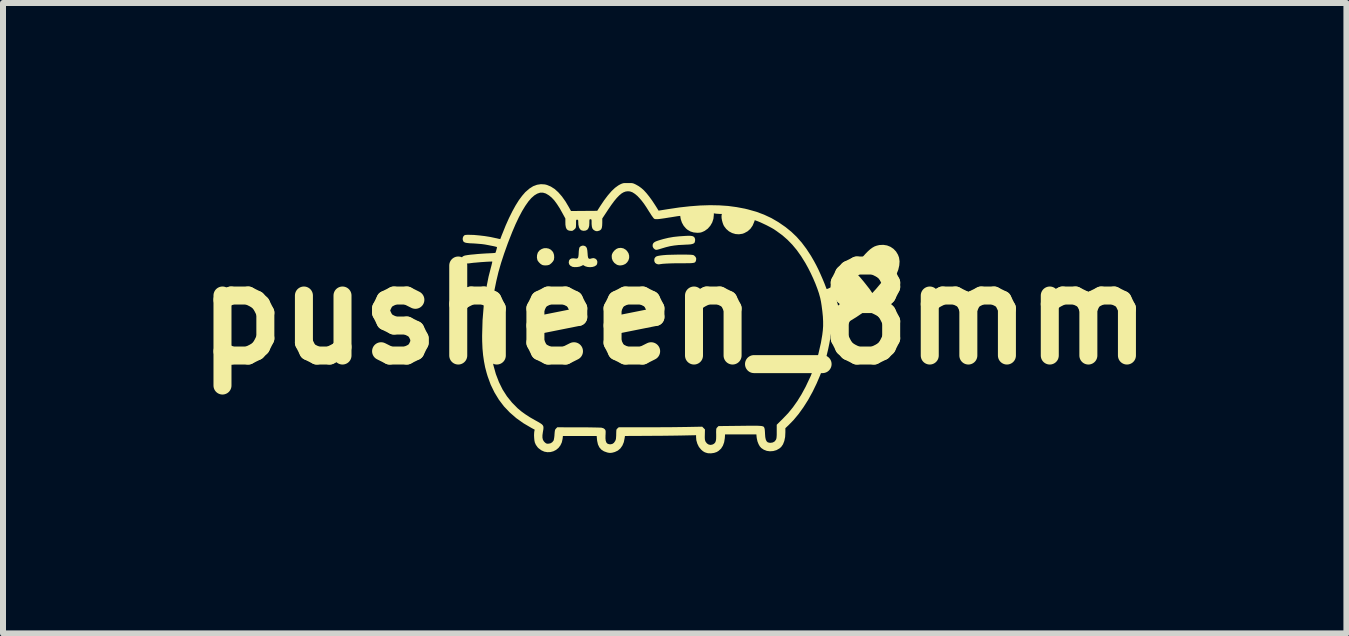
<source format=kicad_pcb>
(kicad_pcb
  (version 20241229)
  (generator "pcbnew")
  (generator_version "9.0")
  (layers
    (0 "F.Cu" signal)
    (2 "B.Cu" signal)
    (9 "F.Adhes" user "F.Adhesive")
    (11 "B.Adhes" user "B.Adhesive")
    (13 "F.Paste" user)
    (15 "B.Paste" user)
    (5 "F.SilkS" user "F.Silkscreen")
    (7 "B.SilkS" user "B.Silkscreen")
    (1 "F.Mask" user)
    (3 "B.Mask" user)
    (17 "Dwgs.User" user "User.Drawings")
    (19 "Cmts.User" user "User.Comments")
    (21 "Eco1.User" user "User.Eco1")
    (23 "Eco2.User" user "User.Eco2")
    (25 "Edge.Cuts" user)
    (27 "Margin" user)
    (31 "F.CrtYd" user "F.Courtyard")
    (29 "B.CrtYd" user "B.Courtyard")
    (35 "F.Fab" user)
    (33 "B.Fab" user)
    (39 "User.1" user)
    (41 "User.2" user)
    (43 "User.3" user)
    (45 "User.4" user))
  (footprint "pusheen_8mm"
    (layer "F.Cu")
    (at 8.193 2.196)
    (property "Reference" "pusheen_8mm" (at 0 0 0) (layer "F.SilkS") (effects (font (size 1.5 1.5) (thickness 0.3))))
    (attr board_only exclude_from_pos_files exclude_from_bom)
    (fp_poly (pts (xy -0.854 -1.107) (xy -0.815 -1.084) (xy -0.794 -1.063) (xy -0.77 -1.026) (xy -0.759 -0.986) (xy -0.759 -0.946) (xy -0.771 -0.908) (xy -0.793 -0.874) (xy -0.823 -0.847) (xy -0.862 -0.83) (xy -0.894 -0.824) (xy -0.926 -0.824) (xy -0.952 -0.83) (xy -0.969 -0.838) (xy -1.005 -0.864) (xy -1.032 -0.899) (xy -1.047 -0.939) (xy -1.05 -0.983) (xy -1.045 -1.01) (xy -1.029 -1.042) (xy -1.004 -1.072) (xy -0.973 -1.097) (xy -0.942 -1.111) (xy -0.897 -1.116)) (stroke (width 0) (type solid)) (fill yes) (layer "F.SilkS"))
    (fp_poly (pts (xy -2.098 -1.103) (xy -2.063 -1.084) (xy -2.035 -1.055) (xy -2.023 -1.036) (xy -2.011 -0.998) (xy -2.008 -0.957) (xy -2.013 -0.919) (xy -2.015 -0.913) (xy -2.03 -0.888) (xy -2.054 -0.861) (xy -2.08 -0.84) (xy -2.094 -0.832) (xy -2.125 -0.825) (xy -2.161 -0.823) (xy -2.195 -0.827) (xy -2.211 -0.833) (xy -2.236 -0.849) (xy -2.261 -0.873) (xy -2.281 -0.899) (xy -2.288 -0.913) (xy -2.296 -0.952) (xy -2.294 -0.995) (xy -2.282 -1.034) (xy -2.278 -1.042) (xy -2.251 -1.075) (xy -2.216 -1.097) (xy -2.178 -1.11) (xy -2.138 -1.111)) (stroke (width 0) (type solid)) (fill yes) (layer "F.SilkS"))
    (fp_poly (pts (xy 0.156 -1.003) (xy 0.204 -1.003) (xy 0.241 -1.002) (xy 0.269 -1.001) (xy 0.289 -0.999) (xy 0.303 -0.997) (xy 0.313 -0.994) (xy 0.32 -0.991) (xy 0.324 -0.988) (xy 0.349 -0.963) (xy 0.359 -0.935) (xy 0.355 -0.907) (xy 0.351 -0.894) (xy 0.345 -0.883) (xy 0.338 -0.875) (xy 0.326 -0.869) (xy 0.309 -0.865) (xy 0.284 -0.862) (xy 0.251 -0.86) (xy 0.207 -0.86) (xy 0.151 -0.859) (xy 0.105 -0.859) (xy 0.013 -0.859) (xy -0.069 -0.857) (xy -0.14 -0.854) (xy -0.199 -0.85) (xy -0.244 -0.844) (xy -0.263 -0.841) (xy -0.28 -0.842) (xy -0.3 -0.848) (xy -0.301 -0.848) (xy -0.326 -0.865) (xy -0.338 -0.889) (xy -0.341 -0.911) (xy -0.336 -0.942) (xy -0.319 -0.964) (xy -0.305 -0.973) (xy -0.281 -0.981) (xy -0.242 -0.988) (xy -0.191 -0.994) (xy -0.126 -0.999) (xy -0.05 -1.001) (xy 0.037 -1.003) (xy 0.095 -1.003)) (stroke (width 0) (type solid)) (fill yes) (layer "F.SilkS"))
    (fp_poly (pts (xy 0.266 -1.316) (xy 0.294 -1.312) (xy 0.313 -1.304) (xy 0.326 -1.292) (xy 0.333 -1.282) (xy 0.34 -1.258) (xy 0.339 -1.23) (xy 0.332 -1.205) (xy 0.33 -1.202) (xy 0.32 -1.192) (xy 0.307 -1.185) (xy 0.288 -1.179) (xy 0.262 -1.174) (xy 0.225 -1.171) (xy 0.176 -1.169) (xy 0.144 -1.167) (xy 0.064 -1.163) (xy -0.008 -1.155) (xy -0.076 -1.144) (xy -0.146 -1.127) (xy -0.21 -1.108) (xy -0.249 -1.096) (xy -0.277 -1.088) (xy -0.296 -1.084) (xy -0.309 -1.083) (xy -0.32 -1.085) (xy -0.33 -1.09) (xy -0.333 -1.092) (xy -0.355 -1.112) (xy -0.367 -1.138) (xy -0.368 -1.167) (xy -0.357 -1.193) (xy -0.356 -1.194) (xy -0.345 -1.205) (xy -0.329 -1.216) (xy -0.307 -1.226) (xy -0.276 -1.237) (xy -0.234 -1.25) (xy -0.185 -1.264) (xy -0.105 -1.283) (xy -0.02 -1.298) (xy 0.075 -1.308) (xy 0.179 -1.315) (xy 0.229 -1.317)) (stroke (width 0) (type solid)) (fill yes) (layer "F.SilkS"))
    (fp_poly (pts (xy -1.51 -1.151) (xy -1.488 -1.142) (xy -1.473 -1.127) (xy -1.462 -1.104) (xy -1.456 -1.071) (xy -1.452 -1.025) (xy -1.449 -0.984) (xy -1.444 -0.956) (xy -1.435 -0.939) (xy -1.421 -0.933) (xy -1.401 -0.935) (xy -1.379 -0.942) (xy -1.349 -0.945) (xy -1.321 -0.935) (xy -1.3 -0.916) (xy -1.29 -0.891) (xy -1.29 -0.862) (xy -1.299 -0.835) (xy -1.307 -0.826) (xy -1.333 -0.809) (xy -1.368 -0.798) (xy -1.409 -0.794) (xy -1.449 -0.797) (xy -1.486 -0.807) (xy -1.5 -0.814) (xy -1.526 -0.829) (xy -1.558 -0.813) (xy -1.589 -0.802) (xy -1.627 -0.796) (xy -1.667 -0.795) (xy -1.701 -0.799) (xy -1.709 -0.802) (xy -1.741 -0.82) (xy -1.76 -0.844) (xy -1.766 -0.874) (xy -1.76 -0.905) (xy -1.744 -0.928) (xy -1.717 -0.94) (xy -1.682 -0.942) (xy -1.656 -0.938) (xy -1.631 -0.937) (xy -1.619 -0.943) (xy -1.612 -0.95) (xy -1.607 -0.962) (xy -1.604 -0.98) (xy -1.601 -1.008) (xy -1.6 -1.031) (xy -1.598 -1.065) (xy -1.594 -1.094) (xy -1.59 -1.115) (xy -1.587 -1.123) (xy -1.569 -1.141) (xy -1.543 -1.152) (xy -1.515 -1.152)) (stroke (width 0) (type solid)) (fill yes) (layer "F.SilkS"))
    (fp_poly (pts (xy -0.745 -2.196) (xy -0.719 -2.195) (xy -0.698 -2.192) (xy -0.68 -2.186) (xy -0.658 -2.176) (xy -0.644 -2.169) (xy -0.6 -2.144) (xy -0.557 -2.113) (xy -0.514 -2.075) (xy -0.471 -2.028) (xy -0.426 -1.972) (xy -0.377 -1.905) (xy -0.325 -1.826) (xy -0.299 -1.785) (xy -0.269 -1.736) (xy -0.118 -1.76) (xy 0.075 -1.789) (xy 0.256 -1.809) (xy 0.427 -1.822) (xy 0.589 -1.827) (xy 0.743 -1.824) (xy 0.89 -1.814) (xy 1.031 -1.795) (xy 1.169 -1.769) (xy 1.222 -1.756) (xy 1.361 -1.717) (xy 1.489 -1.669) (xy 1.611 -1.612) (xy 1.728 -1.544) (xy 1.844 -1.464) (xy 1.848 -1.461) (xy 1.943 -1.384) (xy 2.032 -1.299) (xy 2.115 -1.205) (xy 2.194 -1.1) (xy 2.27 -0.984) (xy 2.322 -0.894) (xy 2.357 -0.829) (xy 2.394 -0.755) (xy 2.43 -0.676) (xy 2.464 -0.598) (xy 2.494 -0.526) (xy 2.504 -0.5) (xy 2.515 -0.471) (xy 2.524 -0.448) (xy 2.529 -0.434) (xy 2.531 -0.431) (xy 2.539 -0.431) (xy 2.557 -0.437) (xy 2.582 -0.449) (xy 2.612 -0.464) (xy 2.643 -0.482) (xy 2.651 -0.487) (xy 2.713 -0.529) (xy 2.777 -0.581) (xy 2.844 -0.642) (xy 2.86 -0.658) (xy 3.058 -0.658) (xy 3.084 -0.631) (xy 3.103 -0.609) (xy 3.128 -0.579) (xy 3.157 -0.544) (xy 3.187 -0.506) (xy 3.216 -0.469) (xy 3.242 -0.436) (xy 3.261 -0.41) (xy 3.267 -0.4) (xy 3.28 -0.381) (xy 3.29 -0.367) (xy 3.293 -0.363) (xy 3.298 -0.368) (xy 3.311 -0.383) (xy 3.33 -0.404) (xy 3.354 -0.43) (xy 3.359 -0.436) (xy 3.402 -0.487) (xy 3.438 -0.53) (xy 3.464 -0.565) (xy 3.48 -0.591) (xy 3.487 -0.607) (xy 3.486 -0.611) (xy 3.48 -0.618) (xy 3.463 -0.634) (xy 3.438 -0.655) (xy 3.406 -0.682) (xy 3.37 -0.711) (xy 3.347 -0.73) (xy 3.211 -0.838) (xy 3.193 -0.816) (xy 3.18 -0.802) (xy 3.161 -0.78) (xy 3.138 -0.753) (xy 3.116 -0.726) (xy 3.058 -0.658) (xy 2.86 -0.658) (xy 2.915 -0.714) (xy 2.991 -0.797) (xy 3.072 -0.894) (xy 3.072 -0.894) (xy 3.127 -0.959) (xy 3.175 -1.013) (xy 3.218 -1.057) (xy 3.257 -1.092) (xy 3.294 -1.119) (xy 3.329 -1.139) (xy 3.365 -1.152) (xy 3.402 -1.161) (xy 3.413 -1.163) (xy 3.477 -1.166) (xy 3.539 -1.156) (xy 3.596 -1.133) (xy 3.646 -1.099) (xy 3.688 -1.055) (xy 3.72 -1.002) (xy 3.738 -0.954) (xy 3.747 -0.891) (xy 3.742 -0.823) (xy 3.725 -0.75) (xy 3.694 -0.672) (xy 3.65 -0.59) (xy 3.594 -0.504) (xy 3.525 -0.414) (xy 3.444 -0.32) (xy 3.374 -0.248) (xy 3.287 -0.163) (xy 3.202 -0.09) (xy 3.117 -0.023) (xy 3.027 0.038) (xy 2.929 0.098) (xy 2.894 0.117) (xy 2.864 0.133) (xy 2.828 0.151) (xy 2.788 0.17) (xy 2.748 0.188) (xy 2.709 0.205) (xy 2.674 0.219) (xy 2.647 0.23) (xy 2.628 0.236) (xy 2.623 0.237) (xy 2.617 0.244) (xy 2.612 0.259) (xy 2.612 0.261) (xy 2.595 0.377) (xy 2.576 0.481) (xy 2.556 0.577) (xy 2.534 0.669) (xy 2.509 0.76) (xy 2.479 0.852) (xy 2.478 0.856) (xy 2.425 1.003) (xy 2.364 1.146) (xy 2.297 1.284) (xy 2.224 1.416) (xy 2.146 1.539) (xy 2.065 1.652) (xy 1.981 1.753) (xy 1.897 1.839) (xy 1.844 1.889) (xy 1.844 1.957) (xy 1.84 2.036) (xy 1.826 2.103) (xy 1.804 2.159) (xy 1.774 2.202) (xy 1.745 2.227) (xy 1.695 2.255) (xy 1.641 2.27) (xy 1.587 2.274) (xy 1.534 2.267) (xy 1.485 2.248) (xy 1.443 2.22) (xy 1.418 2.192) (xy 1.397 2.155) (xy 1.379 2.109) (xy 1.368 2.059) (xy 1.365 2.039) (xy 1.361 1.993) (xy 1.1 1.993) (xy 0.839 1.993) (xy 0.835 2.054) (xy 0.824 2.123) (xy 0.803 2.181) (xy 0.772 2.23) (xy 0.73 2.268) (xy 0.7 2.286) (xy 0.656 2.301) (xy 0.606 2.308) (xy 0.558 2.307) (xy 0.539 2.303) (xy 0.502 2.291) (xy 0.471 2.273) (xy 0.439 2.245) (xy 0.403 2.201) (xy 0.377 2.148) (xy 0.36 2.089) (xy 0.356 2.036) (xy 0.356 2.006) (xy 0.165 2.01) (xy 0.119 2.011) (xy 0.061 2.012) (xy -0.008 2.013) (xy -0.084 2.014) (xy -0.166 2.015) (xy -0.251 2.016) (xy -0.336 2.016) (xy -0.42 2.017) (xy -0.428 2.017) (xy -0.829 2.019) (xy -0.834 2.052) (xy -0.848 2.122) (xy -0.872 2.179) (xy -0.905 2.226) (xy -0.947 2.262) (xy -0.998 2.286) (xy -1.039 2.297) (xy -1.067 2.301) (xy -1.093 2.3) (xy -1.124 2.294) (xy -1.18 2.274) (xy -1.223 2.246) (xy -1.256 2.208) (xy -1.279 2.16) (xy -1.292 2.102) (xy -1.295 2.078) (xy -1.3 2.019) (xy -1.581 2.019) (xy -1.863 2.019) (xy -1.868 2.066) (xy -1.881 2.125) (xy -1.905 2.176) (xy -1.937 2.218) (xy -1.977 2.251) (xy -2.022 2.274) (xy -2.071 2.287) (xy -2.122 2.289) (xy -2.173 2.28) (xy -2.222 2.258) (xy -2.268 2.224) (xy -2.284 2.208) (xy -2.314 2.166) (xy -2.331 2.127) (xy -2.338 2.093) (xy -2.342 2.05) (xy -2.344 2.005) (xy -2.342 1.963) (xy -2.339 1.94) (xy -2.333 1.914) (xy -2.387 1.885) (xy -2.52 1.807) (xy -2.641 1.721) (xy -2.749 1.627) (xy -2.846 1.525) (xy -2.93 1.414) (xy -3.003 1.294) (xy -3.066 1.165) (xy -3.117 1.025) (xy -3.133 0.972) (xy -3.159 0.874) (xy -3.178 0.775) (xy -3.193 0.672) (xy -3.203 0.563) (xy -3.208 0.444) (xy -3.209 0.371) (xy -3.068 0.371) (xy -3.066 0.471) (xy -3.061 0.563) (xy -3.054 0.646) (xy -3.048 0.694) (xy -3.02 0.845) (xy -2.98 0.988) (xy -2.929 1.121) (xy -2.868 1.245) (xy -2.795 1.359) (xy -2.711 1.463) (xy -2.617 1.558) (xy -2.61 1.564) (xy -2.551 1.613) (xy -2.487 1.659) (xy -2.415 1.706) (xy -2.331 1.754) (xy -2.322 1.759) (xy -2.275 1.785) (xy -2.24 1.806) (xy -2.214 1.824) (xy -2.198 1.841) (xy -2.189 1.86) (xy -2.187 1.882) (xy -2.189 1.909) (xy -2.195 1.944) (xy -2.197 1.956) (xy -2.204 2.007) (xy -2.204 2.047) (xy -2.197 2.079) (xy -2.183 2.105) (xy -2.17 2.12) (xy -2.151 2.137) (xy -2.134 2.146) (xy -2.114 2.148) (xy -2.11 2.148) (xy -2.073 2.142) (xy -2.043 2.125) (xy -2.021 2.099) (xy -2.018 2.093) (xy -2.013 2.075) (xy -2.008 2.046) (xy -2.004 2.012) (xy -2.003 1.991) (xy -2 1.956) (xy -1.997 1.932) (xy -1.993 1.917) (xy -1.987 1.905) (xy -1.977 1.895) (xy -1.977 1.894) (xy -1.957 1.874) (xy -1.606 1.875) (xy -1.534 1.875) (xy -1.465 1.875) (xy -1.402 1.876) (xy -1.345 1.877) (xy -1.297 1.878) (xy -1.258 1.879) (xy -1.232 1.88) (xy -1.219 1.881) (xy -1.188 1.89) (xy -1.166 1.906) (xy -1.165 1.907) (xy -1.158 1.917) (xy -1.153 1.927) (xy -1.151 1.941) (xy -1.151 1.962) (xy -1.152 1.994) (xy -1.153 2.003) (xy -1.154 2.056) (xy -1.15 2.097) (xy -1.139 2.127) (xy -1.122 2.146) (xy -1.098 2.155) (xy -1.074 2.158) (xy -1.041 2.152) (xy -1.014 2.134) (xy -0.992 2.103) (xy -0.992 2.102) (xy -0.984 2.085) (xy -0.979 2.065) (xy -0.977 2.04) (xy -0.975 2.006) (xy -0.975 1.99) (xy -0.974 1.955) (xy -0.973 1.931) (xy -0.971 1.915) (xy -0.966 1.905) (xy -0.959 1.897) (xy -0.953 1.892) (xy -0.933 1.874) (xy -0.498 1.874) (xy -0.408 1.874) (xy -0.315 1.874) (xy -0.221 1.873) (xy -0.127 1.873) (xy -0.038 1.872) (xy 0.045 1.871) (xy 0.119 1.87) (xy 0.182 1.869) (xy 0.198 1.869) (xy 0.458 1.864) (xy 0.481 1.887) (xy 0.504 1.91) (xy 0.502 1.998) (xy 0.501 2.037) (xy 0.502 2.065) (xy 0.504 2.084) (xy 0.509 2.1) (xy 0.515 2.115) (xy 0.538 2.144) (xy 0.567 2.162) (xy 0.6 2.168) (xy 0.634 2.16) (xy 0.649 2.152) (xy 0.665 2.139) (xy 0.677 2.123) (xy 0.685 2.101) (xy 0.69 2.071) (xy 0.691 2.031) (xy 0.691 1.994) (xy 0.69 1.954) (xy 0.691 1.926) (xy 0.692 1.907) (xy 0.695 1.894) (xy 0.699 1.886) (xy 0.707 1.877) (xy 0.71 1.874) (xy 0.73 1.854) (xy 1.085 1.85) (xy 1.172 1.849) (xy 1.244 1.848) (xy 1.305 1.848) (xy 1.354 1.848) (xy 1.393 1.849) (xy 1.424 1.851) (xy 1.447 1.853) (xy 1.464 1.857) (xy 1.476 1.861) (xy 1.484 1.867) (xy 1.489 1.874) (xy 1.493 1.883) (xy 1.495 1.888) (xy 1.499 1.903) (xy 1.502 1.93) (xy 1.504 1.962) (xy 1.505 1.985) (xy 1.509 2.038) (xy 1.517 2.077) (xy 1.53 2.105) (xy 1.548 2.123) (xy 1.573 2.131) (xy 1.597 2.133) (xy 1.635 2.127) (xy 1.665 2.11) (xy 1.686 2.083) (xy 1.692 2.069) (xy 1.696 2.053) (xy 1.698 2.031) (xy 1.7 2.001) (xy 1.7 1.96) (xy 1.7 1.944) (xy 1.7 1.832) (xy 1.804 1.729) (xy 1.891 1.638) (xy 1.97 1.541) (xy 2.043 1.438) (xy 2.113 1.325) (xy 2.181 1.2) (xy 2.266 1.02) (xy 2.336 0.839) (xy 2.393 0.656) (xy 2.436 0.469) (xy 2.459 0.334) (xy 2.468 0.26) (xy 2.473 0.187) (xy 2.473 0.111) (xy 2.469 0.029) (xy 2.46 -0.06) (xy 2.447 -0.159) (xy 2.437 -0.222) (xy 2.424 -0.284) (xy 2.409 -0.337) (xy 2.675 -0.337) (xy 2.677 -0.33) (xy 2.681 -0.31) (xy 2.689 -0.281) (xy 2.698 -0.243) (xy 2.71 -0.201) (xy 2.722 -0.154) (xy 2.735 -0.107) (xy 2.748 -0.06) (xy 2.76 -0.017) (xy 2.76 -0.016) (xy 2.772 0.023) (xy 2.828 -0.008) (xy 2.857 -0.025) (xy 2.894 -0.046) (xy 2.933 -0.071) (xy 2.969 -0.093) (xy 3.052 -0.148) (xy 3.014 -0.206) (xy 2.995 -0.233) (xy 2.973 -0.265) (xy 2.948 -0.299) (xy 2.923 -0.335) (xy 2.899 -0.368) (xy 2.877 -0.398) (xy 2.859 -0.422) (xy 2.846 -0.438) (xy 2.841 -0.444) (xy 2.841 -0.444) (xy 2.834 -0.44) (xy 2.818 -0.43) (xy 2.795 -0.414) (xy 2.78 -0.403) (xy 2.752 -0.383) (xy 2.726 -0.366) (xy 2.706 -0.354) (xy 2.7 -0.35) (xy 2.684 -0.342) (xy 2.676 -0.337) (xy 2.675 -0.337) (xy 2.409 -0.337) (xy 2.404 -0.356) (xy 2.377 -0.435) (xy 2.345 -0.519) (xy 2.308 -0.606) (xy 2.268 -0.692) (xy 2.225 -0.777) (xy 2.181 -0.857) (xy 2.177 -0.864) (xy 2.106 -0.978) (xy 2.034 -1.079) (xy 1.959 -1.169) (xy 1.879 -1.251) (xy 1.793 -1.326) (xy 1.697 -1.396) (xy 1.653 -1.426) (xy 1.619 -1.446) (xy 1.576 -1.469) (xy 1.528 -1.494) (xy 1.477 -1.518) (xy 1.43 -1.54) (xy 1.389 -1.557) (xy 1.376 -1.562) (xy 1.334 -1.577) (xy 1.325 -1.55) (xy 1.298 -1.486) (xy 1.261 -1.433) (xy 1.215 -1.392) (xy 1.16 -1.362) (xy 1.13 -1.351) (xy 1.071 -1.342) (xy 1.013 -1.346) (xy 0.956 -1.363) (xy 0.904 -1.391) (xy 0.859 -1.43) (xy 0.823 -1.477) (xy 0.812 -1.498) (xy 0.799 -1.533) (xy 0.788 -1.573) (xy 0.781 -1.612) (xy 0.78 -1.645) (xy 0.781 -1.657) (xy 0.786 -1.681) (xy 0.753 -1.681) (xy 0.724 -1.683) (xy 0.693 -1.685) (xy 0.686 -1.686) (xy 0.652 -1.691) (xy 0.652 -1.665) (xy 0.645 -1.6) (xy 0.625 -1.539) (xy 0.593 -1.484) (xy 0.551 -1.436) (xy 0.5 -1.399) (xy 0.481 -1.39) (xy 0.454 -1.378) (xy 0.43 -1.371) (xy 0.404 -1.368) (xy 0.374 -1.367) (xy 0.314 -1.373) (xy 0.262 -1.389) (xy 0.214 -1.417) (xy 0.189 -1.438) (xy 0.15 -1.483) (xy 0.12 -1.536) (xy 0.101 -1.593) (xy 0.098 -1.608) (xy 0.092 -1.648) (xy 0.067 -1.646) (xy 0.052 -1.644) (xy 0.025 -1.64) (xy -0.012 -1.634) (xy -0.055 -1.627) (xy -0.102 -1.62) (xy -0.113 -1.618) (xy -0.176 -1.608) (xy -0.225 -1.601) (xy -0.264 -1.596) (xy -0.293 -1.594) (xy -0.315 -1.594) (xy -0.33 -1.596) (xy -0.342 -1.601) (xy -0.345 -1.603) (xy -0.354 -1.613) (xy -0.369 -1.633) (xy -0.389 -1.661) (xy -0.41 -1.695) (xy -0.425 -1.717) (xy -0.47 -1.789) (xy -0.511 -1.85) (xy -0.549 -1.9) (xy -0.585 -1.942) (xy -0.619 -1.978) (xy -0.623 -1.982) (xy -0.667 -2.018) (xy -0.707 -2.043) (xy -0.745 -2.056) (xy -0.78 -2.059) (xy -0.815 -2.055) (xy -0.85 -2.043) (xy -0.886 -2.022) (xy -0.924 -1.99) (xy -0.965 -1.948) (xy -1.009 -1.895) (xy -1.057 -1.83) (xy -1.111 -1.751) (xy -1.112 -1.749) (xy -1.207 -1.605) (xy -1.207 -1.532) (xy -1.209 -1.486) (xy -1.214 -1.453) (xy -1.223 -1.429) (xy -1.238 -1.413) (xy -1.256 -1.403) (xy -1.286 -1.394) (xy -1.312 -1.395) (xy -1.334 -1.404) (xy -1.357 -1.42) (xy -1.373 -1.442) (xy -1.381 -1.473) (xy -1.385 -1.515) (xy -1.385 -1.528) (xy -1.385 -1.559) (xy -1.386 -1.578) (xy -1.389 -1.588) (xy -1.394 -1.592) (xy -1.403 -1.593) (xy -1.404 -1.593) (xy -1.413 -1.592) (xy -1.418 -1.588) (xy -1.421 -1.578) (xy -1.422 -1.559) (xy -1.422 -1.533) (xy -1.425 -1.483) (xy -1.436 -1.446) (xy -1.454 -1.42) (xy -1.48 -1.405) (xy -1.515 -1.4) (xy -1.518 -1.4) (xy -1.551 -1.406) (xy -1.577 -1.425) (xy -1.595 -1.457) (xy -1.605 -1.501) (xy -1.607 -1.543) (xy -1.608 -1.567) (xy -1.61 -1.579) (xy -1.616 -1.584) (xy -1.626 -1.585) (xy -1.635 -1.585) (xy -1.64 -1.581) (xy -1.643 -1.572) (xy -1.644 -1.554) (xy -1.644 -1.525) (xy -1.644 -1.518) (xy -1.645 -1.486) (xy -1.646 -1.465) (xy -1.649 -1.451) (xy -1.656 -1.439) (xy -1.667 -1.428) (xy -1.67 -1.425) (xy -1.688 -1.41) (xy -1.706 -1.4) (xy -1.712 -1.399) (xy -1.751 -1.401) (xy -1.78 -1.41) (xy -1.801 -1.429) (xy -1.814 -1.459) (xy -1.821 -1.5) (xy -1.822 -1.539) (xy -1.822 -1.605) (xy -1.868 -1.689) (xy -1.916 -1.775) (xy -1.962 -1.846) (xy -2.006 -1.906) (xy -2.05 -1.953) (xy -2.095 -1.99) (xy -2.14 -2.017) (xy -2.152 -2.023) (xy -2.197 -2.036) (xy -2.244 -2.035) (xy -2.291 -2.019) (xy -2.339 -1.99) (xy -2.389 -1.946) (xy -2.439 -1.888) (xy -2.49 -1.815) (xy -2.543 -1.728) (xy -2.597 -1.626) (xy -2.652 -1.51) (xy -2.708 -1.379) (xy -2.765 -1.234) (xy -2.784 -1.184) (xy -2.843 -1.019) (xy -2.894 -0.863) (xy -2.937 -0.713) (xy -2.972 -0.566) (xy -3.002 -0.42) (xy -3.026 -0.27) (xy -3.045 -0.116) (xy -3.052 -0.044) (xy -3.06 0.056) (xy -3.065 0.161) (xy -3.068 0.267) (xy -3.068 0.371) (xy -3.209 0.371) (xy -3.209 0.344) (xy -3.202 0.091) (xy -3.182 -0.157) (xy -3.149 -0.399) (xy -3.102 -0.635) (xy -3.062 -0.791) (xy -3.053 -0.825) (xy -3.046 -0.855) (xy -3.041 -0.876) (xy -3.04 -0.886) (xy -3.04 -0.887) (xy -3.048 -0.888) (xy -3.069 -0.887) (xy -3.1 -0.886) (xy -3.138 -0.884) (xy -3.181 -0.881) (xy -3.227 -0.878) (xy -3.272 -0.874) (xy -3.316 -0.87) (xy -3.354 -0.867) (xy -3.385 -0.863) (xy -3.387 -0.863) (xy -3.423 -0.858) (xy -3.456 -0.855) (xy -3.482 -0.852) (xy -3.494 -0.852) (xy -3.522 -0.858) (xy -3.543 -0.876) (xy -3.554 -0.903) (xy -3.556 -0.917) (xy -3.55 -0.949) (xy -3.533 -0.972) (xy -3.509 -0.984) (xy -3.486 -0.99) (xy -3.449 -0.996) (xy -3.403 -1.002) (xy -3.347 -1.007) (xy -3.286 -1.013) (xy -3.221 -1.018) (xy -3.154 -1.022) (xy -3.141 -1.023) (xy -3.095 -1.025) (xy -3.055 -1.027) (xy -3.022 -1.029) (xy -3 -1.031) (xy -2.989 -1.032) (xy -2.988 -1.032) (xy -2.984 -1.043) (xy -2.977 -1.062) (xy -2.971 -1.084) (xy -2.965 -1.106) (xy -2.962 -1.122) (xy -2.962 -1.129) (xy -2.973 -1.133) (xy -2.996 -1.139) (xy -3.028 -1.146) (xy -3.065 -1.153) (xy -3.104 -1.161) (xy -3.142 -1.168) (xy -3.176 -1.174) (xy -3.178 -1.174) (xy -3.217 -1.179) (xy -3.264 -1.183) (xy -3.314 -1.187) (xy -3.359 -1.19) (xy -3.411 -1.192) (xy -3.451 -1.196) (xy -3.48 -1.2) (xy -3.5 -1.207) (xy -3.514 -1.215) (xy -3.522 -1.224) (xy -3.532 -1.25) (xy -3.532 -1.28) (xy -3.522 -1.306) (xy -3.515 -1.315) (xy -3.506 -1.324) (xy -3.495 -1.329) (xy -3.48 -1.332) (xy -3.457 -1.333) (xy -3.423 -1.333) (xy -3.345 -1.331) (xy -3.257 -1.323) (xy -3.164 -1.312) (xy -3.071 -1.297) (xy -2.983 -1.278) (xy -2.967 -1.275) (xy -2.939 -1.268) (xy -2.919 -1.264) (xy -2.908 -1.262) (xy -2.907 -1.262) (xy -2.904 -1.269) (xy -2.897 -1.287) (xy -2.887 -1.314) (xy -2.874 -1.347) (xy -2.87 -1.356) (xy -2.817 -1.488) (xy -2.762 -1.611) (xy -2.707 -1.722) (xy -2.652 -1.822) (xy -2.597 -1.91) (xy -2.542 -1.984) (xy -2.489 -2.045) (xy -2.484 -2.049) (xy -2.422 -2.103) (xy -2.359 -2.143) (xy -2.295 -2.167) (xy -2.23 -2.177) (xy -2.164 -2.173) (xy -2.128 -2.164) (xy -2.064 -2.137) (xy -2.001 -2.097) (xy -1.94 -2.042) (xy -1.879 -1.972) (xy -1.82 -1.889) (xy -1.765 -1.796) (xy -1.728 -1.73) (xy -1.694 -1.73) (xy -1.677 -1.73) (xy -1.647 -1.73) (xy -1.608 -1.731) (xy -1.562 -1.731) (xy -1.511 -1.731) (xy -1.475 -1.732) (xy -1.291 -1.733) (xy -1.24 -1.813) (xy -1.175 -1.91) (xy -1.112 -1.993) (xy -1.052 -2.062) (xy -0.995 -2.116) (xy -0.94 -2.156) (xy -0.915 -2.17) (xy -0.891 -2.182) (xy -0.872 -2.189) (xy -0.854 -2.194) (xy -0.831 -2.196) (xy -0.8 -2.196) (xy -0.781 -2.196)) (stroke (width 0) (type solid)) (fill yes) (layer "F.SilkS")))
  (gr_rect
    (start -3 -3)
    (end 19.386 7.505)
    (stroke (width 0.1) (type default))
    (fill no)
    (layer "Edge.Cuts")))
</source>
